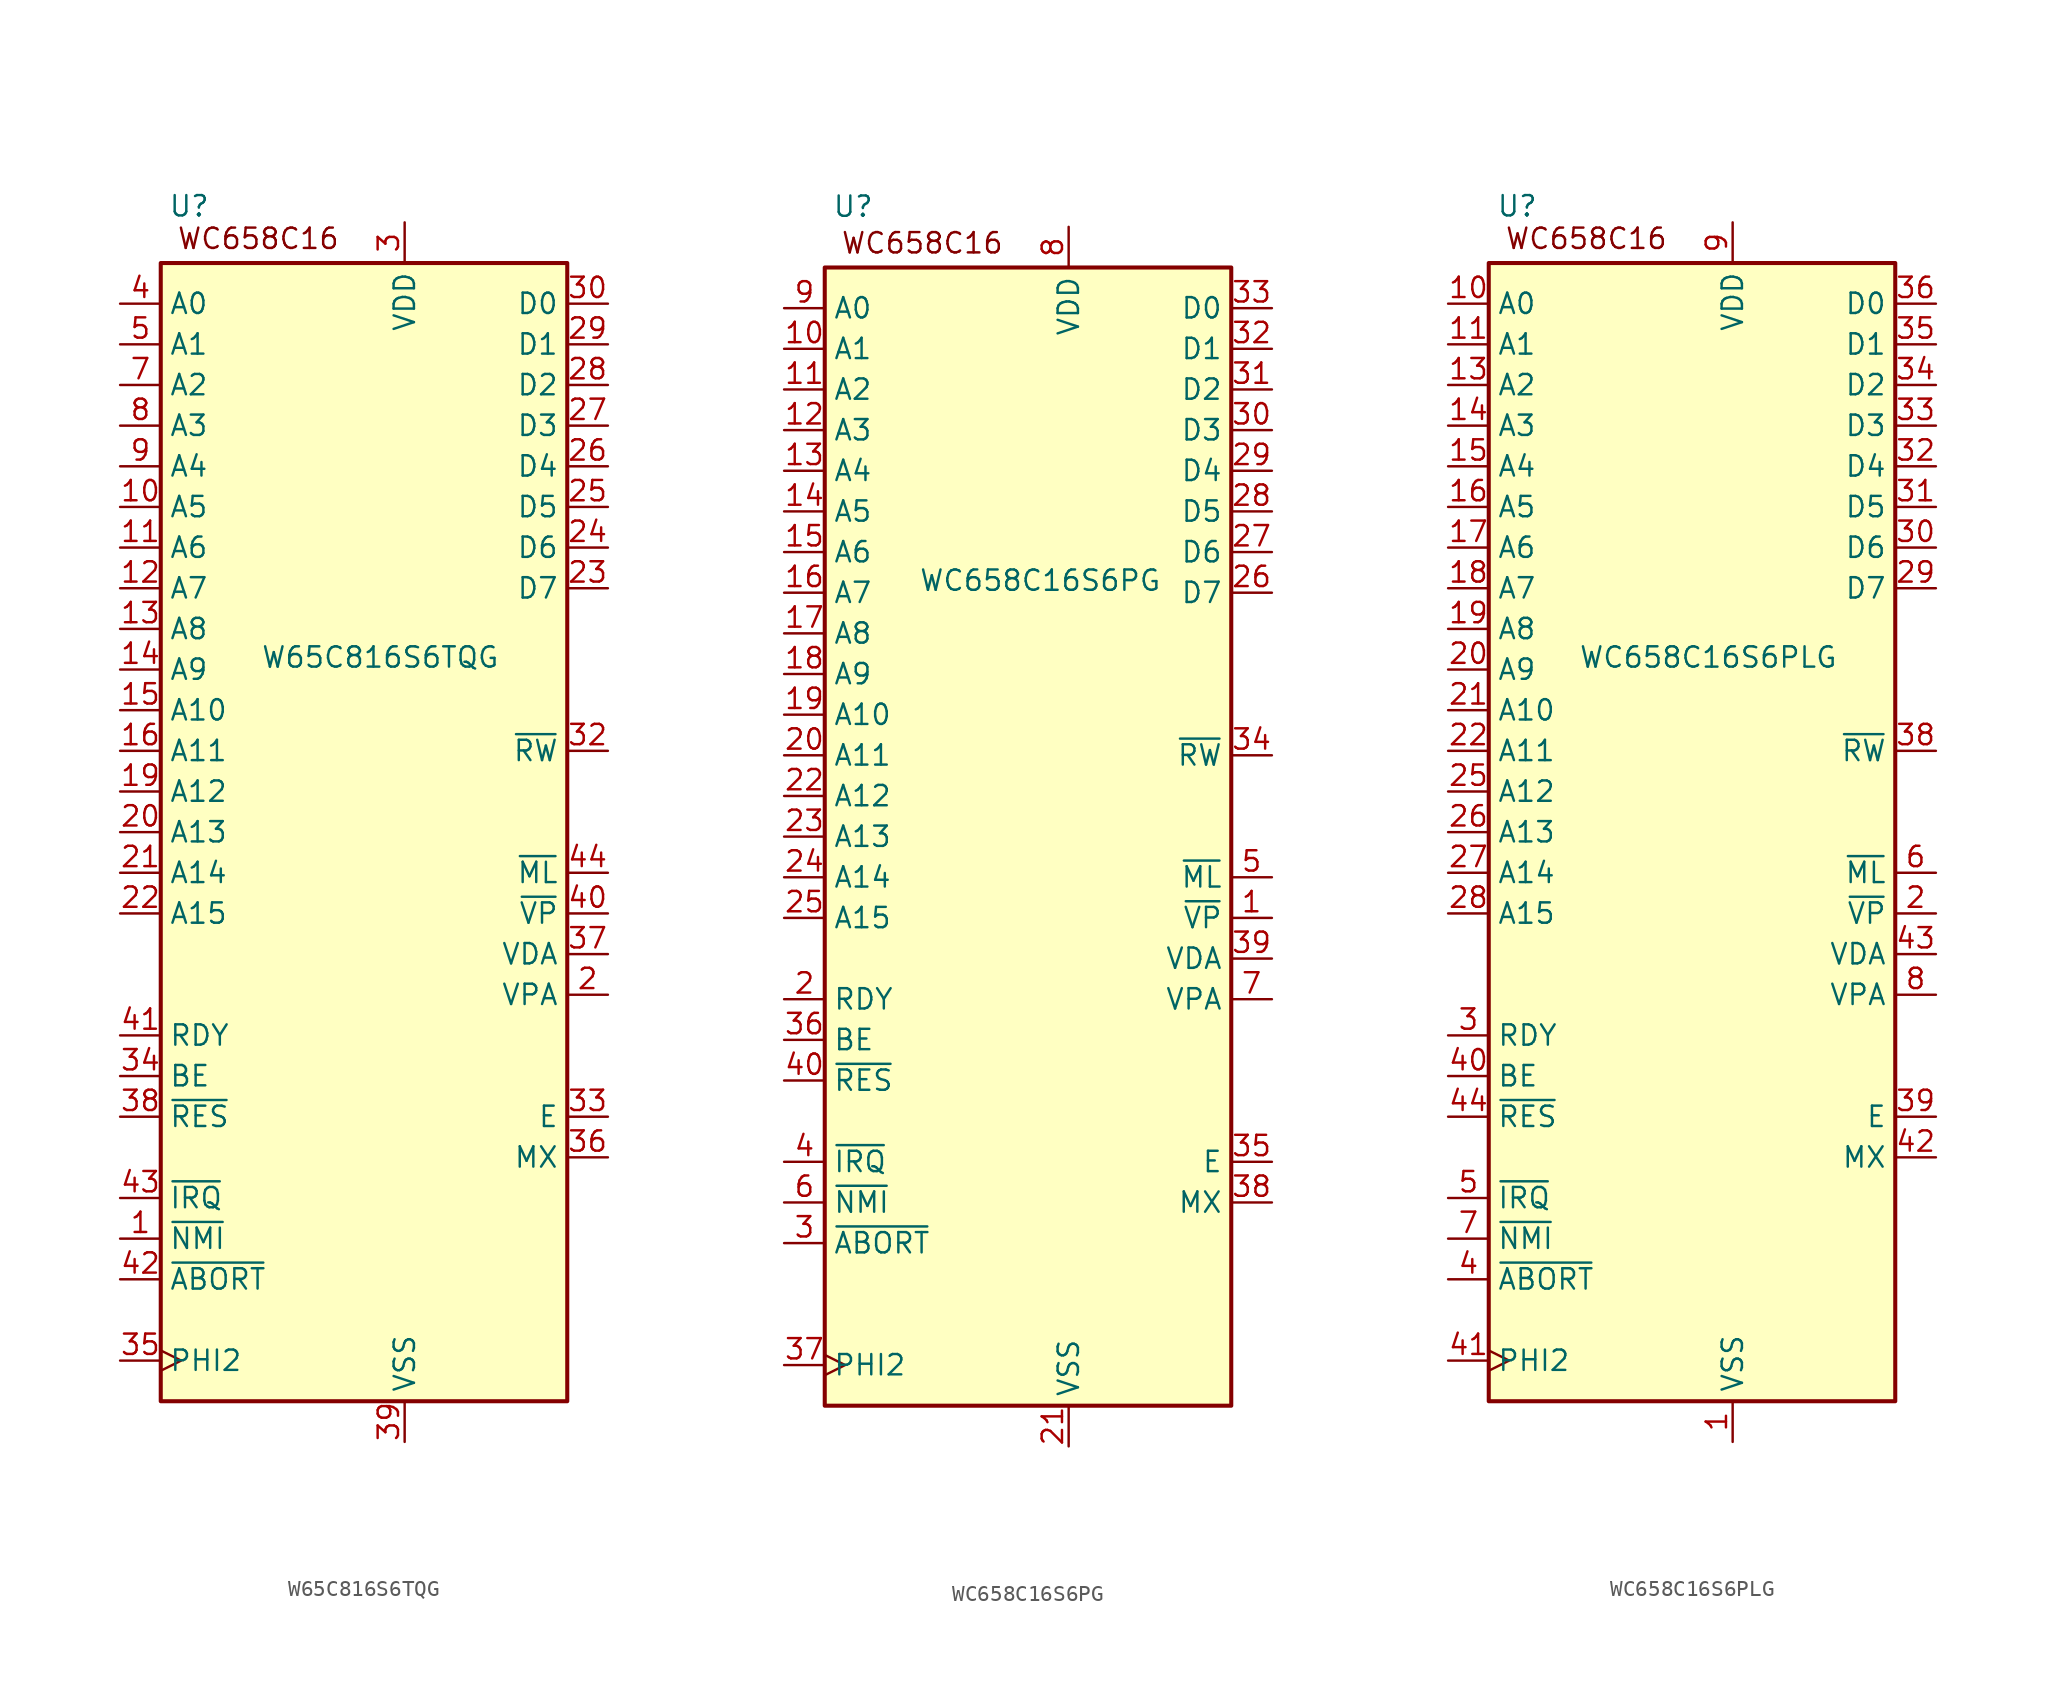
<source format=kicad_sym>
(kicad_symbol_lib
  (version 20231120)
  (generator "kicad_symbol_editor")
  (generator_version "8.0")
  (symbol "W65C816S6TQG"
    (property "Reference" "U"
      (at -10.922 39.116 0)
      (effects (font (size 1.27 1.27))))
    (property "Value" " W65C816S6TQG"
      (at 1.016 10.922 0)
      (effects (font (size 1.27 1.27))))
    (symbol "W65C816S6TQG_0_1"
      (rectangle (start -12.7 35.56) (end 12.7 -35.56) (stroke (width 0.254) (type default)) (fill (type background))))
    (symbol "W65C816S6TQG_1_0"
      (pin input line (at -15.24 -25.4 0) (length 2.54) (name "~{NMI}" (effects (font (size 1.27 1.27)))) (number "1" (effects (font (size 1.27 1.27)))))
      (pin input line (at -15.24 20.32 0) (length 2.54) (name "A5" (effects (font (size 1.27 1.27)))) (number "10" (effects (font (size 1.27 1.27)))))
      (pin input line (at -15.24 17.78 0) (length 2.54) (name "A6" (effects (font (size 1.27 1.27)))) (number "11" (effects (font (size 1.27 1.27)))))
      (pin input line (at -15.24 15.24 0) (length 2.54) (name "A7" (effects (font (size 1.27 1.27)))) (number "12" (effects (font (size 1.27 1.27)))))
      (pin input line (at -15.24 12.7 0) (length 2.54) (name "A8" (effects (font (size 1.27 1.27)))) (number "13" (effects (font (size 1.27 1.27)))))
      (pin input line (at -15.24 10.16 0) (length 2.54) (name "A9" (effects (font (size 1.27 1.27)))) (number "14" (effects (font (size 1.27 1.27)))))
      (pin input line (at -15.24 7.62 0) (length 2.54) (name "A10" (effects (font (size 1.27 1.27)))) (number "15" (effects (font (size 1.27 1.27)))))
      (pin input line (at -15.24 5.08 0) (length 2.54) (name "A11" (effects (font (size 1.27 1.27)))) (number "16" (effects (font (size 1.27 1.27)))))
      (pin passive line (at 2.54 -38.1 90) (length 2.54) hide (name "VSS" (effects (font (size 1.27 1.27)))) (number "17" (effects (font (size 1.27 1.27)))))
      (pin passive line (at 2.54 -38.1 90) (length 2.54) hide (name "VSS" (effects (font (size 1.27 1.27)))) (number "18" (effects (font (size 1.27 1.27)))))
      (pin input line (at -15.24 2.54 0) (length 2.54) (name "A12" (effects (font (size 1.27 1.27)))) (number "19" (effects (font (size 1.27 1.27)))))
      (pin output line (at 15.24 -10.16 180) (length 2.54) (name "VPA" (effects (font (size 1.27 1.27)))) (number "2" (effects (font (size 1.27 1.27)))))
      (pin input line (at -15.24 0 0) (length 2.54) (name "A13" (effects (font (size 1.27 1.27)))) (number "20" (effects (font (size 1.27 1.27)))))
      (pin input line (at -15.24 -2.54 0) (length 2.54) (name "A14" (effects (font (size 1.27 1.27)))) (number "21" (effects (font (size 1.27 1.27)))))
      (pin input line (at -15.24 -5.08 0) (length 2.54) (name "A15" (effects (font (size 1.27 1.27)))) (number "22" (effects (font (size 1.27 1.27)))))
      (pin bidirectional line (at 15.24 15.24 180) (length 2.54) (name "D7" (effects (font (size 1.27 1.27)))) (number "23" (effects (font (size 1.27 1.27)))))
      (pin bidirectional line (at 15.24 17.78 180) (length 2.54) (name "D6" (effects (font (size 1.27 1.27)))) (number "24" (effects (font (size 1.27 1.27)))))
      (pin bidirectional line (at 15.24 20.32 180) (length 2.54) (name "D5" (effects (font (size 1.27 1.27)))) (number "25" (effects (font (size 1.27 1.27)))))
      (pin bidirectional line (at 15.24 22.86 180) (length 2.54) (name "D4" (effects (font (size 1.27 1.27)))) (number "26" (effects (font (size 1.27 1.27)))))
      (pin bidirectional line (at 15.24 25.4 180) (length 2.54) (name "D3" (effects (font (size 1.27 1.27)))) (number "27" (effects (font (size 1.27 1.27)))))
      (pin bidirectional line (at 15.24 27.94 180) (length 2.54) (name "D2" (effects (font (size 1.27 1.27)))) (number "28" (effects (font (size 1.27 1.27)))))
      (pin bidirectional line (at 15.24 30.48 180) (length 2.54) (name "D1" (effects (font (size 1.27 1.27)))) (number "29" (effects (font (size 1.27 1.27)))))
      (pin power_in line (at 2.54 38.1 270) (length 2.54) (name "VDD" (effects (font (size 1.27 1.27)))) (number "3" (effects (font (size 1.27 1.27)))))
      (pin output line (at 15.24 5.08 180) (length 2.54) (name "~{RW}" (effects (font (size 1.27 1.27)))) (number "32" (effects (font (size 1.27 1.27)))))
      (pin output line (at 15.24 -17.78 180) (length 2.54) (name "E" (effects (font (size 1.27 1.27)))) (number "33" (effects (font (size 1.27 1.27)))))
      (pin input line (at -15.24 -15.24 0) (length 2.54) (name "BE" (effects (font (size 1.27 1.27)))) (number "34" (effects (font (size 1.27 1.27)))))
      (pin output line (at 15.24 -20.32 180) (length 2.54) (name "MX" (effects (font (size 1.27 1.27)))) (number "36" (effects (font (size 1.27 1.27)))))
      (pin output line (at 15.24 -7.62 180) (length 2.54) (name "VDA" (effects (font (size 1.27 1.27)))) (number "37" (effects (font (size 1.27 1.27)))))
      (pin input line (at -15.24 -17.78 0) (length 2.54) (name "~{RES}" (effects (font (size 1.27 1.27)))) (number "38" (effects (font (size 1.27 1.27)))))
      (pin output line (at 15.24 -5.08 180) (length 2.54) (name "~{VP}" (effects (font (size 1.27 1.27)))) (number "40" (effects (font (size 1.27 1.27)))))
      (pin input line (at -15.24 -27.94 0) (length 2.54) (name "~{ABORT}" (effects (font (size 1.27 1.27)))) (number "42" (effects (font (size 1.27 1.27)))))
      (pin input line (at -15.24 -22.86 0) (length 2.54) (name "~{IRQ}" (effects (font (size 1.27 1.27)))) (number "43" (effects (font (size 1.27 1.27)))))
      (pin output line (at 15.24 -2.54 180) (length 2.54) (name "~{ML}" (effects (font (size 1.27 1.27)))) (number "44" (effects (font (size 1.27 1.27)))))
      (pin no_connect line (at 15.24 -27.94 180) (length 2.54) hide (name "NC" (effects (font (size 1.27 1.27)))) (number "6" (effects (font (size 1.27 1.27)))))
      (pin input line (at -15.24 27.94 0) (length 2.54) (name "A2" (effects (font (size 1.27 1.27)))) (number "7" (effects (font (size 1.27 1.27)))))
      (pin input line (at -15.24 22.86 0) (length 2.54) (name "A4" (effects (font (size 1.27 1.27)))) (number "9" (effects (font (size 1.27 1.27))))))
    (symbol "W65C816S6TQG_1_1"
      (text "WC658C16" (at -6.604 37.084 0) (effects (font (size 1.27 1.27))))
      (pin bidirectional line (at 15.24 33.02 180) (length 2.54) (name "D0" (effects (font (size 1.27 1.27)))) (number "30" (effects (font (size 1.27 1.27)))))
      (pin passive line (at 2.54 38.1 270) (length 2.54) hide (name "VDD" (effects (font (size 1.27 1.27)))) (number "31" (effects (font (size 1.27 1.27)))))
      (pin input clock (at -15.24 -33.02 0) (length 2.54) (name "PHI2" (effects (font (size 1.27 1.27)))) (number "35" (effects (font (size 1.27 1.27)))))
      (pin power_in line (at 2.54 -38.1 90) (length 2.54) (name "VSS" (effects (font (size 1.27 1.27)))) (number "39" (effects (font (size 1.27 1.27)))))
      (pin input line (at -15.24 33.02 0) (length 2.54) (name "A0" (effects (font (size 1.27 1.27)))) (number "4" (effects (font (size 1.27 1.27)))))
      (pin input line (at -15.24 -12.7 0) (length 2.54) (name "RDY" (effects (font (size 1.27 1.27)))) (number "41" (effects (font (size 1.27 1.27)))))
      (pin input line (at -15.24 30.48 0) (length 2.54) (name "A1" (effects (font (size 1.27 1.27)))) (number "5" (effects (font (size 1.27 1.27)))))
      (pin input line (at -15.24 25.4 0) (length 2.54) (name "A3" (effects (font (size 1.27 1.27)))) (number "8" (effects (font (size 1.27 1.27)))))))
  (symbol "WC658C16S6PG"
    (property "Reference" "U"
      (at -10.922 39.37 0)
      (effects (font (size 1.27 1.27))))
    (property "Value" "WC658C16S6PG"
      (at 0.762 16.002 0)
      (effects (font (size 1.27 1.27))))
    (symbol "WC658C16S6PG_0_1"
      (rectangle (start -12.7 35.56) (end 12.7 -35.56) (stroke (width 0.254) (type default)) (fill (type background))))
    (symbol "WC658C16S6PG_1_0"
      (pin output line (at 15.24 -5.08 180) (length 2.54) (name "~{VP}" (effects (font (size 1.27 1.27)))) (number "1" (effects (font (size 1.27 1.27)))))
      (pin input line (at -15.24 27.94 0) (length 2.54) (name "A2" (effects (font (size 1.27 1.27)))) (number "11" (effects (font (size 1.27 1.27)))))
      (pin input line (at -15.24 22.86 0) (length 2.54) (name "A4" (effects (font (size 1.27 1.27)))) (number "13" (effects (font (size 1.27 1.27)))))
      (pin input line (at -15.24 20.32 0) (length 2.54) (name "A5" (effects (font (size 1.27 1.27)))) (number "14" (effects (font (size 1.27 1.27)))))
      (pin input line (at -15.24 17.78 0) (length 2.54) (name "A6" (effects (font (size 1.27 1.27)))) (number "15" (effects (font (size 1.27 1.27)))))
      (pin input line (at -15.24 15.24 0) (length 2.54) (name "A7" (effects (font (size 1.27 1.27)))) (number "16" (effects (font (size 1.27 1.27)))))
      (pin input line (at -15.24 12.7 0) (length 2.54) (name "A8" (effects (font (size 1.27 1.27)))) (number "17" (effects (font (size 1.27 1.27)))))
      (pin input line (at -15.24 10.16 0) (length 2.54) (name "A9" (effects (font (size 1.27 1.27)))) (number "18" (effects (font (size 1.27 1.27)))))
      (pin input line (at -15.24 7.62 0) (length 2.54) (name "A10" (effects (font (size 1.27 1.27)))) (number "19" (effects (font (size 1.27 1.27)))))
      (pin input line (at -15.24 5.08 0) (length 2.54) (name "A11" (effects (font (size 1.27 1.27)))) (number "20" (effects (font (size 1.27 1.27)))))
      (pin input line (at -15.24 2.54 0) (length 2.54) (name "A12" (effects (font (size 1.27 1.27)))) (number "22" (effects (font (size 1.27 1.27)))))
      (pin input line (at -15.24 0 0) (length 2.54) (name "A13" (effects (font (size 1.27 1.27)))) (number "23" (effects (font (size 1.27 1.27)))))
      (pin input line (at -15.24 -2.54 0) (length 2.54) (name "A14" (effects (font (size 1.27 1.27)))) (number "24" (effects (font (size 1.27 1.27)))))
      (pin input line (at -15.24 -5.08 0) (length 2.54) (name "A15" (effects (font (size 1.27 1.27)))) (number "25" (effects (font (size 1.27 1.27)))))
      (pin bidirectional line (at 15.24 15.24 180) (length 2.54) (name "D7" (effects (font (size 1.27 1.27)))) (number "26" (effects (font (size 1.27 1.27)))))
      (pin bidirectional line (at 15.24 17.78 180) (length 2.54) (name "D6" (effects (font (size 1.27 1.27)))) (number "27" (effects (font (size 1.27 1.27)))))
      (pin bidirectional line (at 15.24 20.32 180) (length 2.54) (name "D5" (effects (font (size 1.27 1.27)))) (number "28" (effects (font (size 1.27 1.27)))))
      (pin bidirectional line (at 15.24 22.86 180) (length 2.54) (name "D4" (effects (font (size 1.27 1.27)))) (number "29" (effects (font (size 1.27 1.27)))))
      (pin input line (at -15.24 -25.4 0) (length 2.54) (name "~{ABORT}" (effects (font (size 1.27 1.27)))) (number "3" (effects (font (size 1.27 1.27)))))
      (pin bidirectional line (at 15.24 25.4 180) (length 2.54) (name "D3" (effects (font (size 1.27 1.27)))) (number "30" (effects (font (size 1.27 1.27)))))
      (pin bidirectional line (at 15.24 27.94 180) (length 2.54) (name "D2" (effects (font (size 1.27 1.27)))) (number "31" (effects (font (size 1.27 1.27)))))
      (pin bidirectional line (at 15.24 30.48 180) (length 2.54) (name "D1" (effects (font (size 1.27 1.27)))) (number "32" (effects (font (size 1.27 1.27)))))
      (pin output line (at 15.24 5.08 180) (length 2.54) (name "~{RW}" (effects (font (size 1.27 1.27)))) (number "34" (effects (font (size 1.27 1.27)))))
      (pin output line (at 15.24 -20.32 180) (length 2.54) (name "E" (effects (font (size 1.27 1.27)))) (number "35" (effects (font (size 1.27 1.27)))))
      (pin input line (at -15.24 -12.7 0) (length 2.54) (name "BE" (effects (font (size 1.27 1.27)))) (number "36" (effects (font (size 1.27 1.27)))))
      (pin output line (at 15.24 -22.86 180) (length 2.54) (name "MX" (effects (font (size 1.27 1.27)))) (number "38" (effects (font (size 1.27 1.27)))))
      (pin output line (at 15.24 -7.62 180) (length 2.54) (name "VDA" (effects (font (size 1.27 1.27)))) (number "39" (effects (font (size 1.27 1.27)))))
      (pin input line (at -15.24 -20.32 0) (length 2.54) (name "~{IRQ}" (effects (font (size 1.27 1.27)))) (number "4" (effects (font (size 1.27 1.27)))))
      (pin input line (at -15.24 -15.24 0) (length 2.54) (name "~{RES}" (effects (font (size 1.27 1.27)))) (number "40" (effects (font (size 1.27 1.27)))))
      (pin output line (at 15.24 -2.54 180) (length 2.54) (name "~{ML}" (effects (font (size 1.27 1.27)))) (number "5" (effects (font (size 1.27 1.27)))))
      (pin input line (at -15.24 -22.86 0) (length 2.54) (name "~{NMI}" (effects (font (size 1.27 1.27)))) (number "6" (effects (font (size 1.27 1.27)))))
      (pin output line (at 15.24 -10.16 180) (length 2.54) (name "VPA" (effects (font (size 1.27 1.27)))) (number "7" (effects (font (size 1.27 1.27))))))
    (symbol "WC658C16S6PG_1_1"
      (text "WC658C16" (at -6.604 37.084 0) (effects (font (size 1.27 1.27))))
      (pin input line (at -15.24 30.48 0) (length 2.54) (name "A1" (effects (font (size 1.27 1.27)))) (number "10" (effects (font (size 1.27 1.27)))))
      (pin input line (at -15.24 25.4 0) (length 2.54) (name "A3" (effects (font (size 1.27 1.27)))) (number "12" (effects (font (size 1.27 1.27)))))
      (pin input line (at -15.24 -10.16 0) (length 2.54) (name "RDY" (effects (font (size 1.27 1.27)))) (number "2" (effects (font (size 1.27 1.27)))))
      (pin power_in line (at 2.54 -38.1 90) (length 2.54) (name "VSS" (effects (font (size 1.27 1.27)))) (number "21" (effects (font (size 1.27 1.27)))))
      (pin bidirectional line (at 15.24 33.02 180) (length 2.54) (name "D0" (effects (font (size 1.27 1.27)))) (number "33" (effects (font (size 1.27 1.27)))))
      (pin input clock (at -15.24 -33.02 0) (length 2.54) (name "PHI2" (effects (font (size 1.27 1.27)))) (number "37" (effects (font (size 1.27 1.27)))))
      (pin power_in line (at 2.54 38.1 270) (length 2.54) (name "VDD" (effects (font (size 1.27 1.27)))) (number "8" (effects (font (size 1.27 1.27)))))
      (pin input line (at -15.24 33.02 0) (length 2.54) (name "A0" (effects (font (size 1.27 1.27)))) (number "9" (effects (font (size 1.27 1.27)))))))
  (symbol "WC658C16S6PLG"
    (property "Reference" "U"
      (at -10.922 39.116 0)
      (effects (font (size 1.27 1.27))))
    (property "Value" "WC658C16S6PLG"
      (at 1.016 10.922 0)
      (effects (font (size 1.27 1.27))))
    (symbol "WC658C16S6PLG_0_1"
      (rectangle (start -12.7 35.56) (end 12.7 -35.56) (stroke (width 0.254) (type default)) (fill (type background))))
    (symbol "WC658C16S6PLG_1_0"
      (pin no_connect line (at 15.24 -27.94 180) (length 2.54) hide (name "NC" (effects (font (size 1.27 1.27)))) (number "12" (effects (font (size 1.27 1.27)))))
      (pin input line (at -15.24 27.94 0) (length 2.54) (name "A2" (effects (font (size 1.27 1.27)))) (number "13" (effects (font (size 1.27 1.27)))))
      (pin input line (at -15.24 22.86 0) (length 2.54) (name "A4" (effects (font (size 1.27 1.27)))) (number "15" (effects (font (size 1.27 1.27)))))
      (pin input line (at -15.24 20.32 0) (length 2.54) (name "A5" (effects (font (size 1.27 1.27)))) (number "16" (effects (font (size 1.27 1.27)))))
      (pin input line (at -15.24 17.78 0) (length 2.54) (name "A6" (effects (font (size 1.27 1.27)))) (number "17" (effects (font (size 1.27 1.27)))))
      (pin input line (at -15.24 15.24 0) (length 2.54) (name "A7" (effects (font (size 1.27 1.27)))) (number "18" (effects (font (size 1.27 1.27)))))
      (pin input line (at -15.24 12.7 0) (length 2.54) (name "A8" (effects (font (size 1.27 1.27)))) (number "19" (effects (font (size 1.27 1.27)))))
      (pin output line (at 15.24 -5.08 180) (length 2.54) (name "~{VP}" (effects (font (size 1.27 1.27)))) (number "2" (effects (font (size 1.27 1.27)))))
      (pin input line (at -15.24 10.16 0) (length 2.54) (name "A9" (effects (font (size 1.27 1.27)))) (number "20" (effects (font (size 1.27 1.27)))))
      (pin input line (at -15.24 7.62 0) (length 2.54) (name "A10" (effects (font (size 1.27 1.27)))) (number "21" (effects (font (size 1.27 1.27)))))
      (pin input line (at -15.24 5.08 0) (length 2.54) (name "A11" (effects (font (size 1.27 1.27)))) (number "22" (effects (font (size 1.27 1.27)))))
      (pin passive line (at 2.54 -38.1 90) (length 2.54) hide (name "VSS" (effects (font (size 1.27 1.27)))) (number "23" (effects (font (size 1.27 1.27)))))
      (pin passive line (at 2.54 -38.1 90) (length 2.54) hide (name "VSS" (effects (font (size 1.27 1.27)))) (number "24" (effects (font (size 1.27 1.27)))))
      (pin input line (at -15.24 2.54 0) (length 2.54) (name "A12" (effects (font (size 1.27 1.27)))) (number "25" (effects (font (size 1.27 1.27)))))
      (pin input line (at -15.24 0 0) (length 2.54) (name "A13" (effects (font (size 1.27 1.27)))) (number "26" (effects (font (size 1.27 1.27)))))
      (pin input line (at -15.24 -2.54 0) (length 2.54) (name "A14" (effects (font (size 1.27 1.27)))) (number "27" (effects (font (size 1.27 1.27)))))
      (pin input line (at -15.24 -5.08 0) (length 2.54) (name "A15" (effects (font (size 1.27 1.27)))) (number "28" (effects (font (size 1.27 1.27)))))
      (pin bidirectional line (at 15.24 15.24 180) (length 2.54) (name "D7" (effects (font (size 1.27 1.27)))) (number "29" (effects (font (size 1.27 1.27)))))
      (pin bidirectional line (at 15.24 17.78 180) (length 2.54) (name "D6" (effects (font (size 1.27 1.27)))) (number "30" (effects (font (size 1.27 1.27)))))
      (pin bidirectional line (at 15.24 20.32 180) (length 2.54) (name "D5" (effects (font (size 1.27 1.27)))) (number "31" (effects (font (size 1.27 1.27)))))
      (pin bidirectional line (at 15.24 22.86 180) (length 2.54) (name "D4" (effects (font (size 1.27 1.27)))) (number "32" (effects (font (size 1.27 1.27)))))
      (pin bidirectional line (at 15.24 25.4 180) (length 2.54) (name "D3" (effects (font (size 1.27 1.27)))) (number "33" (effects (font (size 1.27 1.27)))))
      (pin bidirectional line (at 15.24 27.94 180) (length 2.54) (name "D2" (effects (font (size 1.27 1.27)))) (number "34" (effects (font (size 1.27 1.27)))))
      (pin bidirectional line (at 15.24 30.48 180) (length 2.54) (name "D1" (effects (font (size 1.27 1.27)))) (number "35" (effects (font (size 1.27 1.27)))))
      (pin output line (at 15.24 5.08 180) (length 2.54) (name "~{RW}" (effects (font (size 1.27 1.27)))) (number "38" (effects (font (size 1.27 1.27)))))
      (pin output line (at 15.24 -17.78 180) (length 2.54) (name "E" (effects (font (size 1.27 1.27)))) (number "39" (effects (font (size 1.27 1.27)))))
      (pin input line (at -15.24 -27.94 0) (length 2.54) (name "~{ABORT}" (effects (font (size 1.27 1.27)))) (number "4" (effects (font (size 1.27 1.27)))))
      (pin input line (at -15.24 -15.24 0) (length 2.54) (name "BE" (effects (font (size 1.27 1.27)))) (number "40" (effects (font (size 1.27 1.27)))))
      (pin output line (at 15.24 -20.32 180) (length 2.54) (name "MX" (effects (font (size 1.27 1.27)))) (number "42" (effects (font (size 1.27 1.27)))))
      (pin output line (at 15.24 -7.62 180) (length 2.54) (name "VDA" (effects (font (size 1.27 1.27)))) (number "43" (effects (font (size 1.27 1.27)))))
      (pin input line (at -15.24 -17.78 0) (length 2.54) (name "~{RES}" (effects (font (size 1.27 1.27)))) (number "44" (effects (font (size 1.27 1.27)))))
      (pin input line (at -15.24 -22.86 0) (length 2.54) (name "~{IRQ}" (effects (font (size 1.27 1.27)))) (number "5" (effects (font (size 1.27 1.27)))))
      (pin output line (at 15.24 -2.54 180) (length 2.54) (name "~{ML}" (effects (font (size 1.27 1.27)))) (number "6" (effects (font (size 1.27 1.27)))))
      (pin input line (at -15.24 -25.4 0) (length 2.54) (name "~{NMI}" (effects (font (size 1.27 1.27)))) (number "7" (effects (font (size 1.27 1.27)))))
      (pin output line (at 15.24 -10.16 180) (length 2.54) (name "VPA" (effects (font (size 1.27 1.27)))) (number "8" (effects (font (size 1.27 1.27)))))
      (pin power_in line (at 2.54 38.1 270) (length 2.54) (name "VDD" (effects (font (size 1.27 1.27)))) (number "9" (effects (font (size 1.27 1.27))))))
    (symbol "WC658C16S6PLG_1_1"
      (text "WC658C16" (at -6.604 37.084 0) (effects (font (size 1.27 1.27))))
      (pin power_in line (at 2.54 -38.1 90) (length 2.54) (name "VSS" (effects (font (size 1.27 1.27)))) (number "1" (effects (font (size 1.27 1.27)))))
      (pin input line (at -15.24 33.02 0) (length 2.54) (name "A0" (effects (font (size 1.27 1.27)))) (number "10" (effects (font (size 1.27 1.27)))))
      (pin input line (at -15.24 30.48 0) (length 2.54) (name "A1" (effects (font (size 1.27 1.27)))) (number "11" (effects (font (size 1.27 1.27)))))
      (pin input line (at -15.24 25.4 0) (length 2.54) (name "A3" (effects (font (size 1.27 1.27)))) (number "14" (effects (font (size 1.27 1.27)))))
      (pin input line (at -15.24 -12.7 0) (length 2.54) (name "RDY" (effects (font (size 1.27 1.27)))) (number "3" (effects (font (size 1.27 1.27)))))
      (pin bidirectional line (at 15.24 33.02 180) (length 2.54) (name "D0" (effects (font (size 1.27 1.27)))) (number "36" (effects (font (size 1.27 1.27)))))
      (pin passive line (at 2.54 38.1 270) (length 2.54) hide (name "VDD" (effects (font (size 1.27 1.27)))) (number "37" (effects (font (size 1.27 1.27)))))
      (pin input clock (at -15.24 -33.02 0) (length 2.54) (name "PHI2" (effects (font (size 1.27 1.27)))) (number "41" (effects (font (size 1.27 1.27))))))))
</source>
